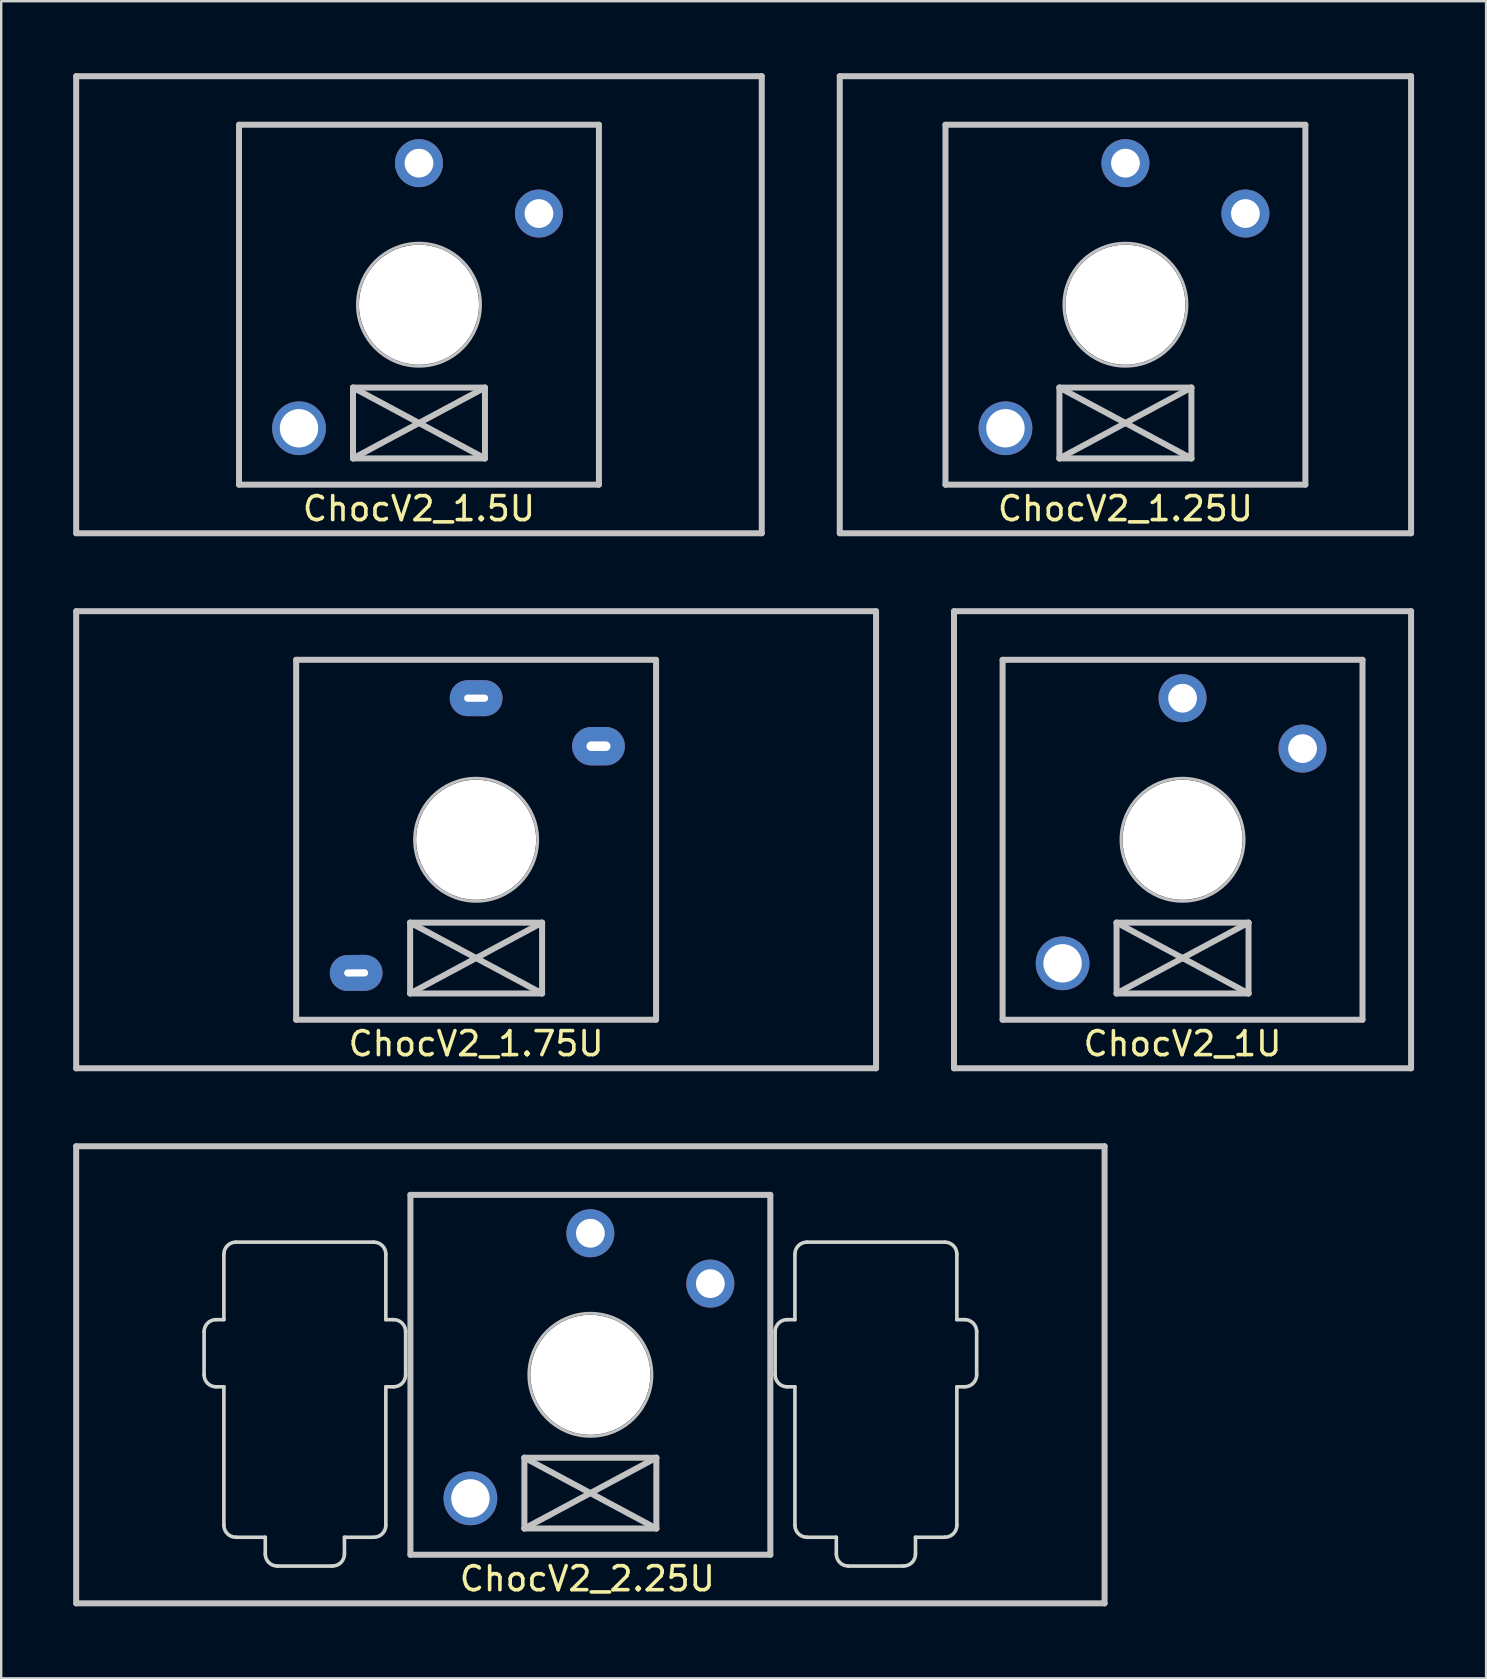
<source format=kicad_pcb>
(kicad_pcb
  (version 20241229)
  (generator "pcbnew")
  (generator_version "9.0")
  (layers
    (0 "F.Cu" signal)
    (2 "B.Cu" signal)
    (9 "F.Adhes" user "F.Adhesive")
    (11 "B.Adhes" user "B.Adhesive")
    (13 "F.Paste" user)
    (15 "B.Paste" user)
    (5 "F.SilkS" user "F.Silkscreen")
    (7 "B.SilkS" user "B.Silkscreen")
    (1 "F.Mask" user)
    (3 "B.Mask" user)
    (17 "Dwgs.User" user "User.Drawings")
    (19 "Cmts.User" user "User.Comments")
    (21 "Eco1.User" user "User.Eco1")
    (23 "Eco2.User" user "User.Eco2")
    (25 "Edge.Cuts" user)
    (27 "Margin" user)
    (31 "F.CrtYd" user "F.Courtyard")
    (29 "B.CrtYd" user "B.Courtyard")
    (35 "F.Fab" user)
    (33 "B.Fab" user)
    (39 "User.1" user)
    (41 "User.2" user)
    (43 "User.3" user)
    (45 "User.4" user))
  (footprint "ChocV2_1U"
    (layer "F.Cu")
    (at 46.237 31.95)
    (property "Reference" "ChocV2_1U" (at 0 8.5 0) (layer "F.SilkS") (effects (font (size 1 1) (thickness 0.15))))
    (attr through_hole)
    (fp_line (start -9.525 9.525) (end -9.525 -9.525) (stroke (width 0.25) (type solid)) (layer "Dwgs.User"))
    (fp_line (start -9.525 9.525) (end 9.525 9.525) (stroke (width 0.25) (type solid)) (layer "Dwgs.User"))
    (fp_line (start -7.5 -7.5) (end 7.5 -7.5) (stroke (width 0.25) (type solid)) (layer "Dwgs.User"))
    (fp_line (start -7.5 7.5) (end -7.5 -7.5) (stroke (width 0.25) (type solid)) (layer "Dwgs.User"))
    (fp_line (start -2.75 3.455) (end -2.75 6.405) (stroke (width 0.25) (type solid)) (layer "Dwgs.User"))
    (fp_line (start -2.75 3.455) (end 2.75 6.405) (stroke (width 0.25) (type solid)) (layer "Dwgs.User"))
    (fp_line (start -2.75 6.405) (end 2.75 3.455) (stroke (width 0.25) (type solid)) (layer "Dwgs.User"))
    (fp_line (start -2.75 6.405) (end 2.75 6.405) (stroke (width 0.25) (type solid)) (layer "Dwgs.User"))
    (fp_line (start 2.75 3.455) (end -2.75 3.455) (stroke (width 0.25) (type solid)) (layer "Dwgs.User"))
    (fp_line (start 2.75 6.405) (end 2.75 3.455) (stroke (width 0.25) (type solid)) (layer "Dwgs.User"))
    (fp_line (start 7.5 -7.5) (end 7.5 7.5) (stroke (width 0.25) (type solid)) (layer "Dwgs.User"))
    (fp_line (start 7.5 7.5) (end -7.5 7.5) (stroke (width 0.25) (type solid)) (layer "Dwgs.User"))
    (fp_line (start 9.525 -9.525) (end -9.525 -9.525) (stroke (width 0.25) (type solid)) (layer "Dwgs.User"))
    (fp_line (start 9.525 -9.525) (end 9.525 9.525) (stroke (width 0.25) (type solid)) (layer "Dwgs.User"))
    (fp_circle (center 0 0) (end -0.711 -2.464) (stroke (width 0.12) (type solid)) (fill no) (layer "Dwgs.User"))
    (pad "" np_thru_hole circle (at 0 0 90) (size 5 5) (drill 5) (layers "*.Cu" "*.Mask"))
    (pad "1" thru_hole circle (at 5 -3.8 90) (size 2 2) (drill 1.2) (layers "*.Cu" "*.Mask"))
    (pad "2" thru_hole circle (at 0 -5.9 90) (size 2 2) (drill 1.2) (layers "*.Cu" "*.Mask"))
    (pad "NC" thru_hole circle (at -5 5.15 90) (size 2.24 2.24) (drill 1.6) (layers "*.Cu" "*.Mask")))
  (footprint "ChocV2_2.25U"
    (layer "F.Cu")
    (at 21.556 54.25)
    (property "Reference" "ChocV2_2.25U" (at -0.127 8.5 0) (layer "F.SilkS") (effects (font (size 1 1) (thickness 0.15))))
    (attr through_hole)
    (fp_line (start -21.431 -9.525) (end 21.431 -9.525) (stroke (width 0.25) (type solid)) (layer "Dwgs.User"))
    (fp_line (start -21.431 9.525) (end -21.431 -9.525) (stroke (width 0.25) (type solid)) (layer "Dwgs.User"))
    (fp_line (start -21.431 9.525) (end 21.431 9.525) (stroke (width 0.25) (type solid)) (layer "Dwgs.User"))
    (fp_line (start -7.5 -7.5) (end 7.5 -7.5) (stroke (width 0.25) (type solid)) (layer "Dwgs.User"))
    (fp_line (start -7.5 7.5) (end -7.5 -7.5) (stroke (width 0.25) (type solid)) (layer "Dwgs.User"))
    (fp_line (start -2.75 3.455) (end -2.75 6.405) (stroke (width 0.25) (type solid)) (layer "Dwgs.User"))
    (fp_line (start -2.75 3.455) (end 2.75 6.405) (stroke (width 0.25) (type solid)) (layer "Dwgs.User"))
    (fp_line (start -2.75 6.405) (end 2.75 3.455) (stroke (width 0.25) (type solid)) (layer "Dwgs.User"))
    (fp_line (start -2.75 6.405) (end 2.75 6.405) (stroke (width 0.25) (type solid)) (layer "Dwgs.User"))
    (fp_line (start 2.75 3.455) (end -2.75 3.455) (stroke (width 0.25) (type solid)) (layer "Dwgs.User"))
    (fp_line (start 2.75 6.405) (end 2.75 3.455) (stroke (width 0.25) (type solid)) (layer "Dwgs.User"))
    (fp_line (start 7.5 -7.5) (end 7.5 7.5) (stroke (width 0.25) (type solid)) (layer "Dwgs.User"))
    (fp_line (start 7.5 7.5) (end -7.5 7.5) (stroke (width 0.25) (type solid)) (layer "Dwgs.User"))
    (fp_line (start 21.431 -9.525) (end 21.431 9.525) (stroke (width 0.25) (type solid)) (layer "Dwgs.User"))
    (fp_circle (center 0 0) (end -0.711 -2.464) (stroke (width 0.12) (type solid)) (fill no) (layer "Dwgs.User"))
    (fp_line (start -16.1 -1.799) (end -16.1 -0.00025) (stroke (width 0.15) (type solid)) (layer "Edge.Cuts"))
    (fp_line (start -15.6 0.5) (end -15.275 0.5) (stroke (width 0.15) (type solid)) (layer "Edge.Cuts"))
    (fp_line (start -15.275 -5.029) (end -15.275 -2.299) (stroke (width 0.15) (type solid)) (layer "Edge.Cuts"))
    (fp_line (start -15.275 -2.299) (end -15.6 -2.299) (stroke (width 0.15) (type solid)) (layer "Edge.Cuts"))
    (fp_line (start -15.275 0.5) (end -15.275 6.27) (stroke (width 0.15) (type solid)) (layer "Edge.Cuts"))
    (fp_line (start -14.775 6.77) (end -13.55 6.77) (stroke (width 0.15) (type solid)) (layer "Edge.Cuts"))
    (fp_line (start -14.775 -5.529) (end -9.025 -5.529) (stroke (width 0.15) (type solid)) (layer "Edge.Cuts"))
    (fp_line (start -13.55 6.77) (end -13.55 7.47) (stroke (width 0.15) (type solid)) (layer "Edge.Cuts"))
    (fp_line (start -10.75 7.97) (end -13.05 7.97) (stroke (width 0.15) (type solid)) (layer "Edge.Cuts"))
    (fp_line (start -10.25 6.77) (end -9.025 6.77) (stroke (width 0.15) (type solid)) (layer "Edge.Cuts"))
    (fp_line (start -10.25 7.47) (end -10.25 6.77) (stroke (width 0.15) (type solid)) (layer "Edge.Cuts"))
    (fp_line (start -8.525 0.5) (end -8.525 6.27) (stroke (width 0.15) (type solid)) (layer "Edge.Cuts"))
    (fp_line (start -8.525 -2.299) (end -8.2 -2.299) (stroke (width 0.15) (type solid)) (layer "Edge.Cuts"))
    (fp_line (start -8.525 -5.029) (end -8.525 -2.299) (stroke (width 0.15) (type solid)) (layer "Edge.Cuts"))
    (fp_line (start -8.2 0.5) (end -8.525 0.5) (stroke (width 0.15) (type solid)) (layer "Edge.Cuts"))
    (fp_line (start -7.7 -1.799) (end -7.7 -0.000156) (stroke (width 0.15) (type solid)) (layer "Edge.Cuts"))
    (fp_line (start 7.7 -1.799) (end 7.7 -0.000156) (stroke (width 0.15) (type solid)) (layer "Edge.Cuts"))
    (fp_line (start 8.2 0.5) (end 8.525 0.5) (stroke (width 0.15) (type solid)) (layer "Edge.Cuts"))
    (fp_line (start 8.525 -2.299) (end 8.2 -2.299) (stroke (width 0.15) (type solid)) (layer "Edge.Cuts"))
    (fp_line (start 8.525 0.5) (end 8.525 6.27) (stroke (width 0.15) (type solid)) (layer "Edge.Cuts"))
    (fp_line (start 8.525 -5.029) (end 8.525 -2.299) (stroke (width 0.15) (type solid)) (layer "Edge.Cuts"))
    (fp_line (start 9.025 6.77) (end 10.251 6.77) (stroke (width 0.15) (type solid)) (layer "Edge.Cuts"))
    (fp_line (start 10.251 6.77) (end 10.251 7.47) (stroke (width 0.15) (type solid)) (layer "Edge.Cuts"))
    (fp_line (start 10.751 7.97) (end 13.05 7.97) (stroke (width 0.15) (type solid)) (layer "Edge.Cuts"))
    (fp_line (start 13.55 6.77) (end 14.775 6.77) (stroke (width 0.15) (type solid)) (layer "Edge.Cuts"))
    (fp_line (start 13.55 7.47) (end 13.55 6.77) (stroke (width 0.15) (type solid)) (layer "Edge.Cuts"))
    (fp_line (start 14.775 -5.529) (end 9.025 -5.529) (stroke (width 0.15) (type solid)) (layer "Edge.Cuts"))
    (fp_line (start 15.275 -2.299) (end 15.275 -5.029) (stroke (width 0.15) (type solid)) (layer "Edge.Cuts"))
    (fp_line (start 15.275 0.5) (end 15.6 0.5) (stroke (width 0.15) (type solid)) (layer "Edge.Cuts"))
    (fp_line (start 15.275 6.27) (end 15.275 0.5) (stroke (width 0.15) (type solid)) (layer "Edge.Cuts"))
    (fp_line (start 15.6 -2.299) (end 15.275 -2.299) (stroke (width 0.15) (type solid)) (layer "Edge.Cuts"))
    (fp_line (start 16.1 -0.00025) (end 16.1 -1.799) (stroke (width 0.15) (type solid)) (layer "Edge.Cuts"))
    (fp_arc (start -16.100249 -1.799149) (mid -15.953803 -2.152703) (end -15.60025 -2.29915) (stroke (width 0.15) (type solid)) (layer "Edge.Cuts"))
    (fp_arc (start -15.600249 0.499751) (mid -15.953803 0.353304) (end -16.10025 -0.00025) (stroke (width 0.15) (type solid)) (layer "Edge.Cuts"))
    (fp_arc (start -15.274751 -5.029249) (mid -15.128304 -5.382803) (end -14.77475 -5.52925) (stroke (width 0.15) (type solid)) (layer "Edge.Cuts"))
    (fp_arc (start -14.77475 6.769649) (mid -15.128303 6.623202) (end -15.27475 6.269649) (stroke (width 0.15) (type solid)) (layer "Edge.Cuts"))
    (fp_arc (start -13.04965 7.969849) (mid -13.403203 7.823402) (end -13.54965 7.469849) (stroke (width 0.15) (type solid)) (layer "Edge.Cuts"))
    (fp_arc (start -10.25045 7.469849) (mid -10.396897 7.823402) (end -10.75045 7.969849) (stroke (width 0.15) (type solid)) (layer "Edge.Cuts"))
    (fp_arc (start -9.025049 -5.529186) (mid -8.671499 -5.382731) (end -8.525061 -5.029174) (stroke (width 0.15) (type solid)) (layer "Edge.Cuts"))
    (fp_arc (start -8.525312 6.269724) (mid -8.671766 6.623274) (end -9.025323 6.769713) (stroke (width 0.15) (type solid)) (layer "Edge.Cuts"))
    (fp_arc (start -8.199621 -2.299067) (mid -7.846071 -2.152613) (end -7.699632 -1.799056) (stroke (width 0.15) (type solid)) (layer "Edge.Cuts"))
    (fp_arc (start -7.699673 -0.000156) (mid -7.846127 0.353393) (end -8.199683 0.499832) (stroke (width 0.15) (type solid)) (layer "Edge.Cuts"))
    (fp_arc (start 7.699632 -1.799056) (mid 7.846071 -2.152613) (end 8.199621 -2.299067) (stroke (width 0.15) (type solid)) (layer "Edge.Cuts"))
    (fp_arc (start 8.199683 0.499833) (mid 7.846126 0.353394) (end 7.699672 -0.000156) (stroke (width 0.15) (type solid)) (layer "Edge.Cuts"))
    (fp_arc (start 8.525449 -5.029251) (mid 8.671896 -5.382804) (end 9.02545 -5.52925) (stroke (width 0.15) (type solid)) (layer "Edge.Cuts"))
    (fp_arc (start 9.025451 6.769649) (mid 8.671905 6.623211) (end 8.52545 6.269673) (stroke (width 0.15) (type solid)) (layer "Edge.Cuts"))
    (fp_arc (start 10.75055 7.969849) (mid 10.396997 7.823402) (end 10.25055 7.469849) (stroke (width 0.15) (type solid)) (layer "Edge.Cuts"))
    (fp_arc (start 13.549649 7.469849) (mid 13.403202 7.823402) (end 13.049649 7.969849) (stroke (width 0.15) (type solid)) (layer "Edge.Cuts"))
    (fp_arc (start 14.774749 -5.529249) (mid 15.128302 -5.382802) (end 15.274749 -5.029249) (stroke (width 0.15) (type solid)) (layer "Edge.Cuts"))
    (fp_arc (start 15.274749 6.269649) (mid 15.128302 6.623202) (end 14.774749 6.769649) (stroke (width 0.15) (type solid)) (layer "Edge.Cuts"))
    (fp_arc (start 15.600249 -2.29915) (mid 15.953802 -2.152703) (end 16.100249 -1.79915) (stroke (width 0.15) (type solid)) (layer "Edge.Cuts"))
    (fp_arc (start 16.100248 -0.00025) (mid 15.953802 0.353303) (end 15.600249 0.499749) (stroke (width 0.15) (type solid)) (layer "Edge.Cuts"))
    (pad "" np_thru_hole circle (at 0 0 90) (size 5 5) (drill 5) (layers "*.Cu" "*.Mask"))
    (pad "1" thru_hole circle (at 5 -3.8 90) (size 2 2) (drill 1.2) (layers "*.Cu" "*.Mask"))
    (pad "2" thru_hole circle (at 0 -5.9 90) (size 2 2) (drill 1.2) (layers "*.Cu" "*.Mask"))
    (pad "NC" thru_hole circle (at -5 5.15 90) (size 2.24 2.24) (drill 1.6) (layers "*.Cu" "*.Mask")))
  (footprint "ChocV2_1.5U"
    (layer "F.Cu")
    (at 14.412 9.65)
    (property "Reference" "ChocV2_1.5U" (at 0 8.5 0) (layer "F.SilkS") (effects (font (size 1 1) (thickness 0.15))))
    (attr through_hole)
    (fp_line (start -14.287 9.525) (end -14.287 -9.525) (stroke (width 0.25) (type solid)) (layer "Dwgs.User"))
    (fp_line (start -14.287 9.525) (end 14.287 9.525) (stroke (width 0.25) (type solid)) (layer "Dwgs.User"))
    (fp_line (start -7.5 -7.5) (end 7.5 -7.5) (stroke (width 0.25) (type solid)) (layer "Dwgs.User"))
    (fp_line (start -7.5 7.5) (end -7.5 -7.5) (stroke (width 0.25) (type solid)) (layer "Dwgs.User"))
    (fp_line (start -2.75 3.455) (end -2.75 6.405) (stroke (width 0.25) (type solid)) (layer "Dwgs.User"))
    (fp_line (start -2.75 3.455) (end 2.75 6.405) (stroke (width 0.25) (type solid)) (layer "Dwgs.User"))
    (fp_line (start -2.75 6.405) (end 2.75 3.455) (stroke (width 0.25) (type solid)) (layer "Dwgs.User"))
    (fp_line (start -2.75 6.405) (end 2.75 6.405) (stroke (width 0.25) (type solid)) (layer "Dwgs.User"))
    (fp_line (start 2.75 3.455) (end -2.75 3.455) (stroke (width 0.25) (type solid)) (layer "Dwgs.User"))
    (fp_line (start 2.75 6.405) (end 2.75 3.455) (stroke (width 0.25) (type solid)) (layer "Dwgs.User"))
    (fp_line (start 7.5 -7.5) (end 7.5 7.5) (stroke (width 0.25) (type solid)) (layer "Dwgs.User"))
    (fp_line (start 7.5 7.5) (end -7.5 7.5) (stroke (width 0.25) (type solid)) (layer "Dwgs.User"))
    (fp_line (start 14.287 -9.525) (end -14.287 -9.525) (stroke (width 0.25) (type solid)) (layer "Dwgs.User"))
    (fp_line (start 14.287 -9.525) (end 14.287 9.525) (stroke (width 0.25) (type solid)) (layer "Dwgs.User"))
    (fp_circle (center 0 0) (end -0.711 -2.464) (stroke (width 0.12) (type solid)) (fill no) (layer "Dwgs.User"))
    (pad "" np_thru_hole circle (at 0 0 90) (size 5 5) (drill 5) (layers "*.Cu" "*.Mask"))
    (pad "1" thru_hole circle (at 5 -3.8 90) (size 2 2) (drill 1.2) (layers "*.Cu" "*.Mask"))
    (pad "2" thru_hole circle (at 0 -5.9 90) (size 2 2) (drill 1.2) (layers "*.Cu" "*.Mask"))
    (pad "NC" thru_hole circle (at -5 5.15 90) (size 2.24 2.24) (drill 1.6) (layers "*.Cu" "*.Mask")))
  (footprint "ChocV2_1.25U"
    (layer "F.Cu")
    (at 43.856 9.65)
    (property "Reference" "ChocV2_1.25U" (at 0 8.5 0) (layer "F.SilkS") (effects (font (size 1 1) (thickness 0.15))))
    (attr through_hole)
    (fp_line (start -11.906 9.525) (end -11.906 -9.525) (stroke (width 0.25) (type solid)) (layer "Dwgs.User"))
    (fp_line (start -11.906 9.525) (end 11.906 9.525) (stroke (width 0.25) (type solid)) (layer "Dwgs.User"))
    (fp_line (start -7.5 -7.5) (end 7.5 -7.5) (stroke (width 0.25) (type solid)) (layer "Dwgs.User"))
    (fp_line (start -7.5 7.5) (end -7.5 -7.5) (stroke (width 0.25) (type solid)) (layer "Dwgs.User"))
    (fp_line (start -2.75 3.455) (end -2.75 6.405) (stroke (width 0.25) (type solid)) (layer "Dwgs.User"))
    (fp_line (start -2.75 3.455) (end 2.75 6.405) (stroke (width 0.25) (type solid)) (layer "Dwgs.User"))
    (fp_line (start -2.75 6.405) (end 2.75 3.455) (stroke (width 0.25) (type solid)) (layer "Dwgs.User"))
    (fp_line (start -2.75 6.405) (end 2.75 6.405) (stroke (width 0.25) (type solid)) (layer "Dwgs.User"))
    (fp_line (start 2.75 3.455) (end -2.75 3.455) (stroke (width 0.25) (type solid)) (layer "Dwgs.User"))
    (fp_line (start 2.75 6.405) (end 2.75 3.455) (stroke (width 0.25) (type solid)) (layer "Dwgs.User"))
    (fp_line (start 7.5 -7.5) (end 7.5 7.5) (stroke (width 0.25) (type solid)) (layer "Dwgs.User"))
    (fp_line (start 7.5 7.5) (end -7.5 7.5) (stroke (width 0.25) (type solid)) (layer "Dwgs.User"))
    (fp_line (start 11.906 -9.525) (end -11.906 -9.525) (stroke (width 0.25) (type solid)) (layer "Dwgs.User"))
    (fp_line (start 11.906 -9.525) (end 11.906 9.525) (stroke (width 0.25) (type solid)) (layer "Dwgs.User"))
    (fp_circle (center 0 0) (end -0.711 -2.464) (stroke (width 0.12) (type solid)) (fill no) (layer "Dwgs.User"))
    (pad "" np_thru_hole circle (at 0 0 90) (size 5 5) (drill 5) (layers "*.Cu" "*.Mask"))
    (pad "1" thru_hole circle (at 5 -3.8 90) (size 2 2) (drill 1.2) (layers "*.Cu" "*.Mask"))
    (pad "2" thru_hole circle (at 0 -5.9 90) (size 2 2) (drill 1.2) (layers "*.Cu" "*.Mask"))
    (pad "NC" thru_hole circle (at -5 5.15 90) (size 2.24 2.24) (drill 1.6) (layers "*.Cu" "*.Mask")))
  (footprint "ChocV2_1.75U"
    (layer "F.Cu")
    (at 16.794 31.95)
    (property "Reference" "ChocV2_1.75U" (at 0 8.5 0) (layer "F.SilkS") (effects (font (size 1 1) (thickness 0.15))))
    (attr through_hole)
    (fp_line (start -16.669 9.525) (end -16.669 -9.525) (stroke (width 0.25) (type solid)) (layer "Dwgs.User"))
    (fp_line (start -16.669 9.525) (end 16.669 9.525) (stroke (width 0.25) (type solid)) (layer "Dwgs.User"))
    (fp_line (start -7.5 -7.5) (end 7.5 -7.5) (stroke (width 0.25) (type solid)) (layer "Dwgs.User"))
    (fp_line (start -7.5 7.5) (end -7.5 -7.5) (stroke (width 0.25) (type solid)) (layer "Dwgs.User"))
    (fp_line (start -2.75 3.455) (end -2.75 6.405) (stroke (width 0.25) (type solid)) (layer "Dwgs.User"))
    (fp_line (start -2.75 3.455) (end 2.75 6.405) (stroke (width 0.25) (type solid)) (layer "Dwgs.User"))
    (fp_line (start -2.75 6.405) (end 2.75 3.455) (stroke (width 0.25) (type solid)) (layer "Dwgs.User"))
    (fp_line (start -2.75 6.405) (end 2.75 6.405) (stroke (width 0.25) (type solid)) (layer "Dwgs.User"))
    (fp_line (start 2.75 3.455) (end -2.75 3.455) (stroke (width 0.25) (type solid)) (layer "Dwgs.User"))
    (fp_line (start 2.75 6.405) (end 2.75 3.455) (stroke (width 0.25) (type solid)) (layer "Dwgs.User"))
    (fp_line (start 7.5 -7.5) (end 7.5 7.5) (stroke (width 0.25) (type solid)) (layer "Dwgs.User"))
    (fp_line (start 7.5 7.5) (end -7.5 7.5) (stroke (width 0.25) (type solid)) (layer "Dwgs.User"))
    (fp_line (start 16.669 -9.525) (end -16.669 -9.525) (stroke (width 0.25) (type solid)) (layer "Dwgs.User"))
    (fp_line (start 16.669 -9.525) (end 16.669 9.525) (stroke (width 0.25) (type solid)) (layer "Dwgs.User"))
    (fp_circle (center 0 0) (end -0.711 -2.464) (stroke (width 0.12) (type solid)) (fill no) (layer "Dwgs.User"))
    (pad "" np_thru_hole circle (at 0 0 90) (size 5 5) (drill 5) (layers "*.Cu" "*.Mask"))
    (pad "1" thru_hole oval (at 5.1 -3.9 180) (size 2.2 1.6) (drill oval 1 0.4) (layers "*.Cu" "B.Mask"))
    (pad "2" thru_hole oval (at 0 -5.9 180) (size 2.2 1.5) (drill oval 1 0.3) (layers "*.Cu" "B.Mask"))
    (pad "NC" thru_hole oval (at -5 5.55 180.5) (size 2.2 1.5) (drill oval 1 0.3) (layers "*.Cu" "B.Mask")))
  (gr_rect
    (start -3 -3)
    (end 58.888 66.9)
    (stroke (width 0.1) (type default))
    (fill no)
    (layer "Edge.Cuts")))
</source>
